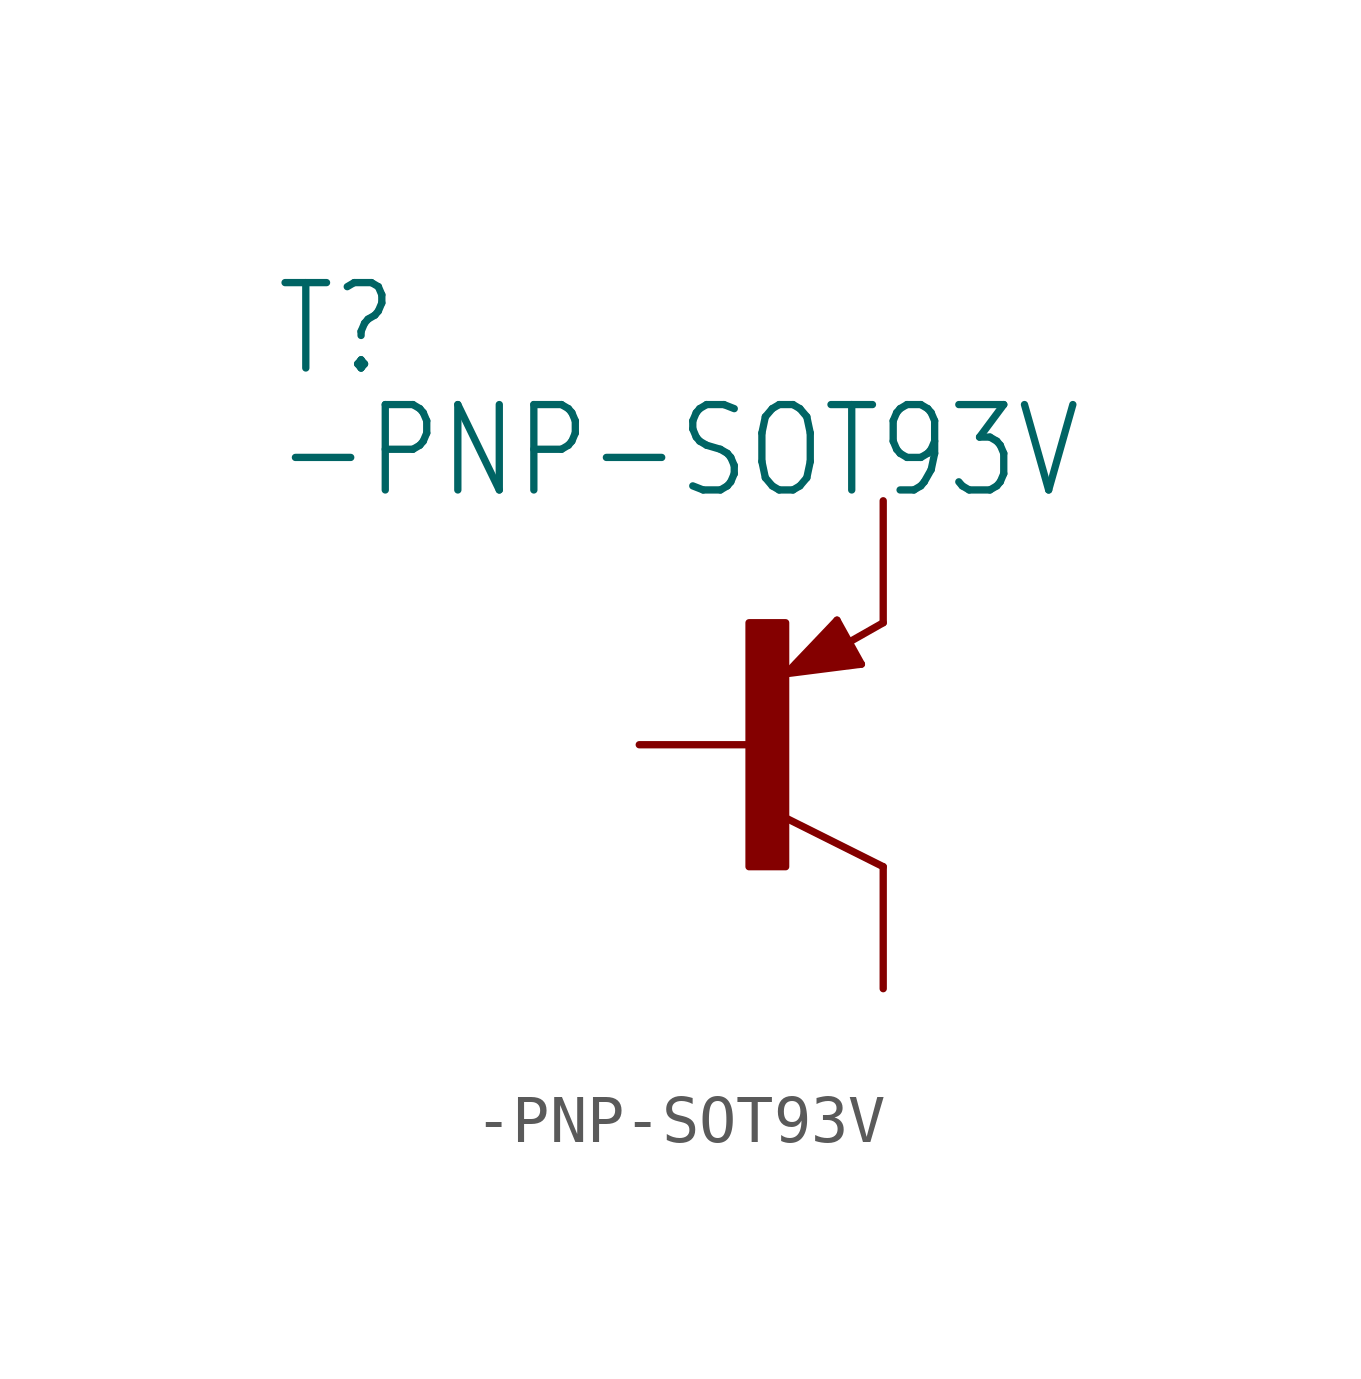
<source format=kicad_sym>
(kicad_symbol_lib
  (version 20211014)
  (generator kicad_symbol_editor)
  (symbol "-PNP-SOT93V"
    (property "Reference" "T"
      (at -10.16 7.62 0)
      (effects (font (size 1.778 1.511)) (justify left bottom)))
    (property "Value" "-PNP-SOT93V"
      (at -10.16 5.08 0)
      (effects (font (size 1.778 1.511)) (justify left bottom)))
    (property "ki_locked" ""
      (at 0 0 0)
      (effects (font (size 1.27 1.27))))
    (symbol "-PNP-SOT93V_1_0"
      (rectangle (start -0.254 -2.54) (end 0.508 2.54) (stroke (width 0) (type default) (color 0 0 0 0)) (fill (type outline)))
      (polyline (pts (xy 0.516 1.478) (xy 2.086 1.678)) (stroke (width 0.152) (type default) (color 0 0 0 0)) (fill (type none)))
      (polyline (pts (xy 0.762 1.651) (xy 1.778 1.778)) (stroke (width 0.254) (type default) (color 0 0 0 0)) (fill (type none)))
      (polyline (pts (xy 1.143 1.905) (xy 1.524 1.905)) (stroke (width 0.254) (type default) (color 0 0 0 0)) (fill (type none)))
      (polyline (pts (xy 1.524 2.159) (xy 1.143 1.905)) (stroke (width 0.254) (type default) (color 0 0 0 0)) (fill (type none)))
      (polyline (pts (xy 1.524 2.413) (xy 0.762 1.651)) (stroke (width 0.254) (type default) (color 0 0 0 0)) (fill (type none)))
      (polyline (pts (xy 1.578 2.594) (xy 0.516 1.478)) (stroke (width 0.152) (type default) (color 0 0 0 0)) (fill (type none)))
      (polyline (pts (xy 1.778 1.778) (xy 1.524 2.159)) (stroke (width 0.254) (type default) (color 0 0 0 0)) (fill (type none)))
      (polyline (pts (xy 1.905 1.778) (xy 1.524 2.413)) (stroke (width 0.254) (type default) (color 0 0 0 0)) (fill (type none)))
      (polyline (pts (xy 2.086 1.678) (xy 1.578 2.594)) (stroke (width 0.152) (type default) (color 0 0 0 0)) (fill (type none)))
      (polyline (pts (xy 2.54 -2.54) (xy 0.508 -1.524)) (stroke (width 0.152) (type default) (color 0 0 0 0)) (fill (type none)))
      (polyline (pts (xy 2.54 2.54) (xy 1.808 2.124)) (stroke (width 0.152) (type default) (color 0 0 0 0)) (fill (type none)))
      (pin passive line (at -2.54 0 0) (length 2.54) (name "B" (effects (font (size 0 0)))) (number "B" (effects (font (size 0 0)))))
      (pin passive line (at 2.54 -5.08 90) (length 2.54) (name "C" (effects (font (size 0 0)))) (number "C" (effects (font (size 0 0)))))
      (pin passive line (at 2.54 5.08 270) (length 2.54) (name "E" (effects (font (size 0 0)))) (number "E" (effects (font (size 0 0))))))))
</source>
